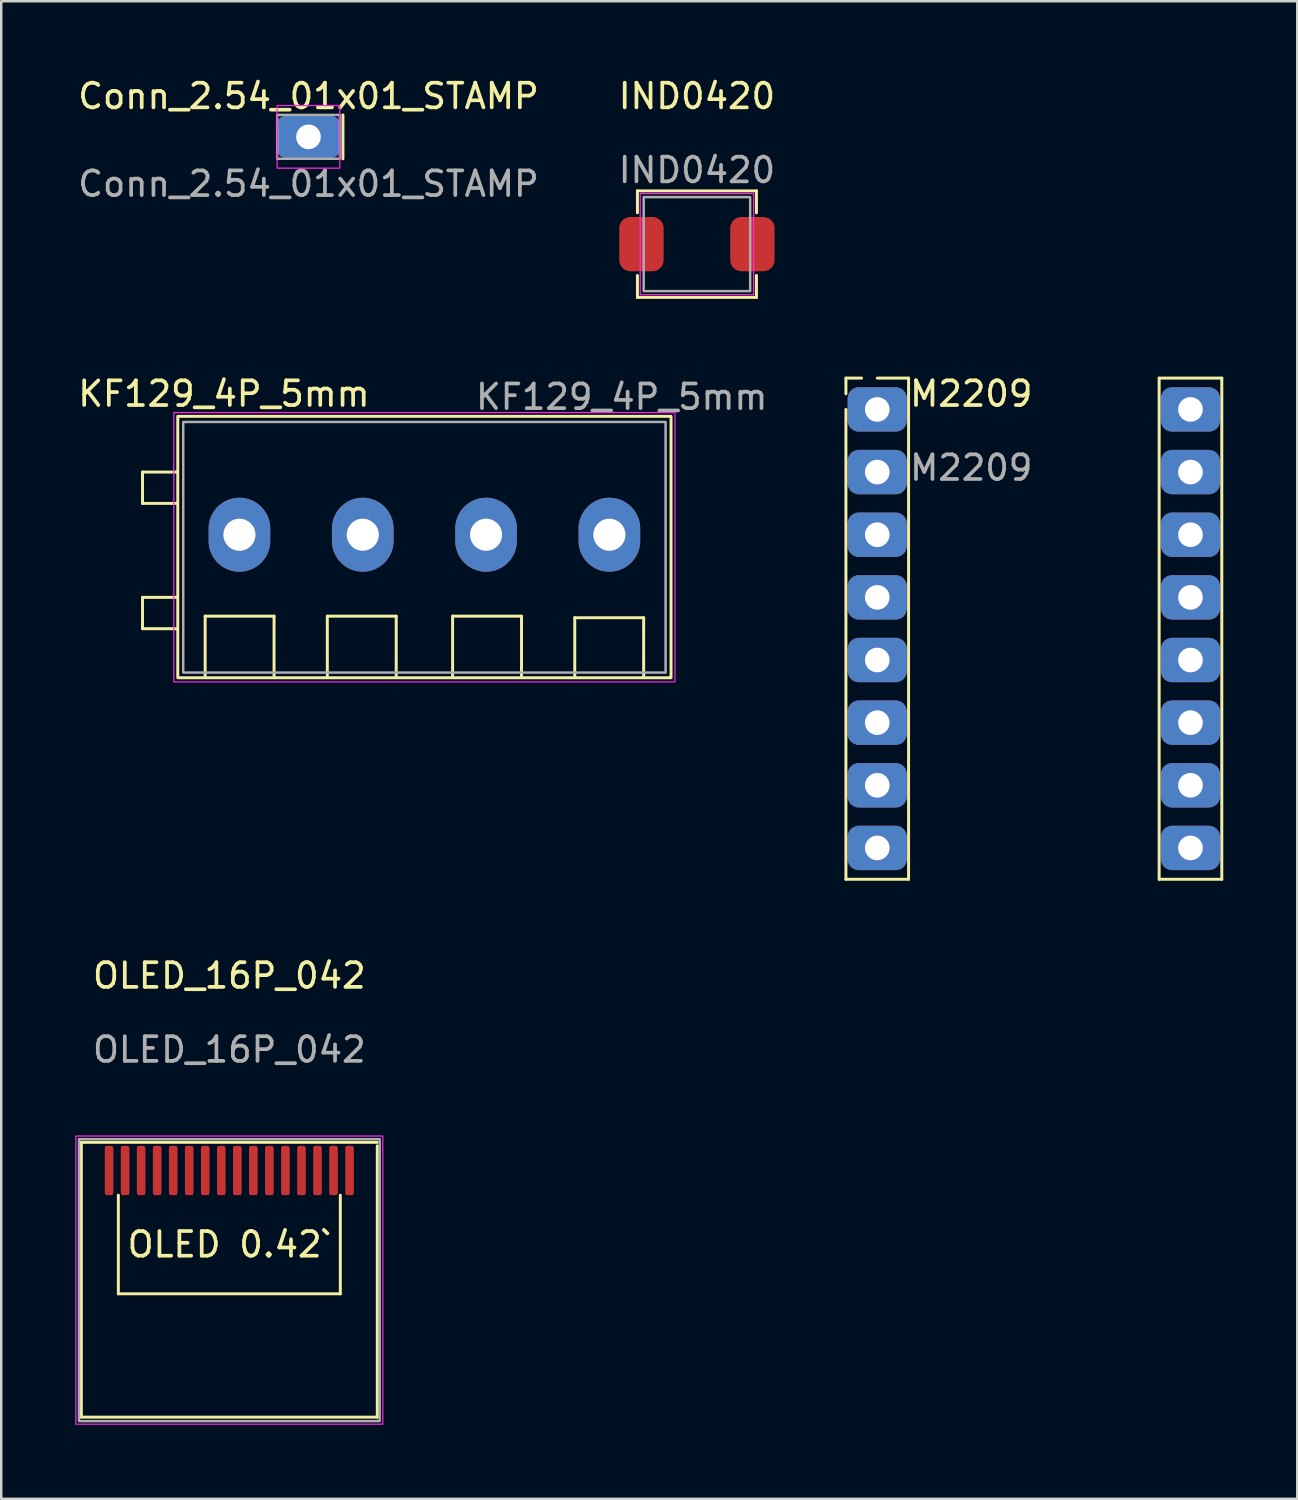
<source format=kicad_pcb>
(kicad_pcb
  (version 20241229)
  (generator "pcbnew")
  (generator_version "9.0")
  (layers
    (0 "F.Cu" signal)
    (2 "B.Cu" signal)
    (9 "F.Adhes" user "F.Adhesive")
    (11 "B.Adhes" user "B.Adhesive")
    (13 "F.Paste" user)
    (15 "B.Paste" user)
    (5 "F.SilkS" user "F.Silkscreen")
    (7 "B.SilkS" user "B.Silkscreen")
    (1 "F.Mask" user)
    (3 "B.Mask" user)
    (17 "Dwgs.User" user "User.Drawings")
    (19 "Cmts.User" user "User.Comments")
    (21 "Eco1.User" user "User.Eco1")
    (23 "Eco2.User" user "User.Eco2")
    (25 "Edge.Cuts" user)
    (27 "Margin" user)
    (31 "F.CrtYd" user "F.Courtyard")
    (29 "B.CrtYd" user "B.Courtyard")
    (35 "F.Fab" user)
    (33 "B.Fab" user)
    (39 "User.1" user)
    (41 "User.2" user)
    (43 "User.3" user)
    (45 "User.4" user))
  (footprint "IND0420"
    (layer "F.Cu")
    (at 25.208 6.848)
    (property "Reference" "IND0420" (at 0 -6 0) (unlocked yes) (layer "F.SilkS") (effects (font (size 1 1) (thickness 0.15))))
    (attr smd)
    (fp_line (start -2.413 -2.159) (end 2.413 -2.159) (stroke (width 0.12) (type solid)) (layer "F.SilkS"))
    (fp_line (start -2.413 -1.27) (end -2.413 -2.159) (stroke (width 0.12) (type solid)) (layer "F.SilkS"))
    (fp_line (start -2.413 2.159) (end -2.413 1.27) (stroke (width 0.12) (type solid)) (layer "F.SilkS"))
    (fp_line (start 2.413 -2.159) (end 2.413 -1.27) (stroke (width 0.12) (type solid)) (layer "F.SilkS"))
    (fp_line (start 2.413 1.27) (end 2.413 2.159) (stroke (width 0.12) (type solid)) (layer "F.SilkS"))
    (fp_line (start 2.413 2.159) (end -2.413 2.159) (stroke (width 0.12) (type solid)) (layer "F.SilkS"))
    (fp_rect (start -2.3 -2.05) (end 2.3 2.05) (stroke (width 0.05) (type solid)) (fill no) (layer "F.CrtYd"))
    (fp_rect (start -2.159 -1.905) (end 2.159 1.905) (stroke (width 0.1) (type solid)) (fill no) (layer "F.Fab"))
    (fp_text user "${REFERENCE}" (at 0 -3 0) (unlocked yes) (layer "F.Fab") (effects (font (size 1 1) (thickness 0.15))))
    (pad "1" smd roundrect (at -2.25 0) (size 1.8 2.2) (layers "F.Cu" "F.Mask" "F.Paste") (roundrect_rratio 0.25))
    (pad "2" smd roundrect (at 2.25 0) (size 1.8 2.2) (layers "F.Cu" "F.Mask" "F.Paste") (roundrect_rratio 0.25)))
  (footprint "KF129_4P_5mm"
    (layer "F.Cu")
    (at 14.158 18.631)
    (property "Reference" "KF129_4P_5mm" (at -8.128 -5.715 0) (unlocked yes) (layer "F.SilkS") (effects (font (size 1 1) (thickness 0.15))))
    (attr through_hole)
    (fp_line (start -11.43 -2.54) (end -11.43 -1.27) (stroke (width 0.12) (type solid)) (layer "F.SilkS"))
    (fp_line (start -11.43 -1.27) (end -10.033 -1.27) (stroke (width 0.12) (type solid)) (layer "F.SilkS"))
    (fp_line (start -11.43 2.54) (end -10.033 2.54) (stroke (width 0.12) (type solid)) (layer "F.SilkS"))
    (fp_line (start -11.43 3.81) (end -11.43 2.54) (stroke (width 0.12) (type solid)) (layer "F.SilkS"))
    (fp_line (start -10.033 -2.54) (end -11.43 -2.54) (stroke (width 0.12) (type solid)) (layer "F.SilkS"))
    (fp_line (start -10.033 3.81) (end -11.43 3.81) (stroke (width 0.12) (type solid)) (layer "F.SilkS"))
    (fp_line (start -8.89 3.302) (end -6.096 3.302) (stroke (width 0.12) (type solid)) (layer "F.SilkS"))
    (fp_line (start -8.89 5.715) (end -8.89 3.302) (stroke (width 0.12) (type solid)) (layer "F.SilkS"))
    (fp_line (start -6.096 3.302) (end -6.096 5.715) (stroke (width 0.12) (type solid)) (layer "F.SilkS"))
    (fp_line (start -3.937 3.302) (end -1.143 3.302) (stroke (width 0.12) (type solid)) (layer "F.SilkS"))
    (fp_line (start -3.937 5.715) (end -3.937 3.302) (stroke (width 0.12) (type solid)) (layer "F.SilkS"))
    (fp_line (start -1.143 3.302) (end -1.143 5.715) (stroke (width 0.12) (type solid)) (layer "F.SilkS"))
    (fp_line (start 1.143 3.302) (end 3.937 3.302) (stroke (width 0.12) (type solid)) (layer "F.SilkS"))
    (fp_line (start 1.143 5.715) (end 1.143 3.302) (stroke (width 0.12) (type solid)) (layer "F.SilkS"))
    (fp_line (start 3.937 3.302) (end 3.937 5.715) (stroke (width 0.12) (type solid)) (layer "F.SilkS"))
    (fp_line (start 6.096 3.365) (end 8.89 3.365) (stroke (width 0.12) (type solid)) (layer "F.SilkS"))
    (fp_line (start 6.096 5.779) (end 6.096 3.365) (stroke (width 0.12) (type solid)) (layer "F.SilkS"))
    (fp_line (start 8.89 3.365) (end 8.89 5.779) (stroke (width 0.12) (type solid)) (layer "F.SilkS"))
    (fp_rect (start -10 -4.8) (end 10 5.8) (stroke (width 0.12) (type solid)) (fill no) (layer "F.SilkS"))
    (fp_rect (start -10.16 -4.953) (end 10.16 5.969) (stroke (width 0.05) (type solid)) (fill no) (layer "F.CrtYd"))
    (fp_rect (start -9.779 -4.572) (end 9.779 5.588) (stroke (width 0.1) (type solid)) (fill no) (layer "F.Fab"))
    (fp_text user "${REFERENCE}" (at 8.001 -5.588 0) (unlocked yes) (layer "F.Fab") (effects (font (size 1 1) (thickness 0.15))))
    (pad "1" thru_hole oval (at -7.5 0) (size 2.5 3) (drill 1.3) (layers "*.Cu" "*.Mask"))
    (pad "2" thru_hole oval (at -2.5 0) (size 2.5 3) (drill 1.3) (layers "*.Cu" "*.Mask"))
    (pad "3" thru_hole oval (at 2.5 0) (size 2.5 3) (drill 1.3) (layers "*.Cu" "*.Mask"))
    (pad "4" thru_hole oval (at 7.5 0) (size 2.5 3) (drill 1.3) (layers "*.Cu" "*.Mask")))
  (footprint "M2209"
    (layer "F.Cu")
    (at 38.869 22.441)
    (property "Reference" "M2209" (at -2.54 -9.525 0) (unlocked yes) (layer "F.SilkS") (effects (font (size 1 1) (thickness 0.15))))
    (attr through_hole)
    (fp_line (start -7.62 -10.16) (end -7.62 -9.525) (stroke (width 0.12) (type solid)) (layer "F.SilkS"))
    (fp_line (start -7.62 -10.16) (end -6.985 -10.16) (stroke (width 0.12) (type solid)) (layer "F.SilkS"))
    (fp_line (start -7.62 -8.89) (end -7.62 10.16) (stroke (width 0.12) (type solid)) (layer "F.SilkS"))
    (fp_line (start -7.62 10.16) (end -5.08 10.16) (stroke (width 0.12) (type solid)) (layer "F.SilkS"))
    (fp_line (start -5.08 -10.16) (end -6.35 -10.16) (stroke (width 0.12) (type solid)) (layer "F.SilkS"))
    (fp_line (start -5.08 10.16) (end -5.08 -10.16) (stroke (width 0.12) (type solid)) (layer "F.SilkS"))
    (fp_line (start 5.08 -10.16) (end 5.08 10.16) (stroke (width 0.12) (type solid)) (layer "F.SilkS"))
    (fp_line (start 5.08 10.16) (end 7.62 10.16) (stroke (width 0.12) (type solid)) (layer "F.SilkS"))
    (fp_line (start 7.62 -10.16) (end 5.08 -10.16) (stroke (width 0.12) (type solid)) (layer "F.SilkS"))
    (fp_line (start 7.62 10.16) (end 7.62 -10.16) (stroke (width 0.12) (type solid)) (layer "F.SilkS"))
    (fp_text user "${REFERENCE}" (at -2.54 -6.525 0) (unlocked yes) (layer "F.Fab") (effects (font (size 1 1) (thickness 0.15))))
    (pad "1" thru_hole roundrect (at -6.35 -8.89) (size 2.4 1.8) (drill 1) (layers "*.Cu" "*.Mask") (roundrect_rratio 0.25))
    (pad "2" thru_hole roundrect (at -6.35 -6.35) (size 2.4 1.8) (drill 1) (layers "*.Cu" "*.Mask") (roundrect_rratio 0.25))
    (pad "3" thru_hole roundrect (at -6.35 -3.81) (size 2.4 1.8) (drill 1) (layers "*.Cu" "*.Mask") (roundrect_rratio 0.25))
    (pad "4" thru_hole roundrect (at -6.35 -1.27) (size 2.4 1.8) (drill 1) (layers "*.Cu" "*.Mask") (roundrect_rratio 0.25))
    (pad "5" thru_hole roundrect (at -6.35 1.27) (size 2.4 1.8) (drill 1) (layers "*.Cu" "*.Mask") (roundrect_rratio 0.25))
    (pad "6" thru_hole roundrect (at -6.35 3.81) (size 2.4 1.8) (drill 1) (layers "*.Cu" "*.Mask") (roundrect_rratio 0.25))
    (pad "7" thru_hole roundrect (at -6.35 6.35) (size 2.4 1.8) (drill 1) (layers "*.Cu" "*.Mask") (roundrect_rratio 0.25))
    (pad "8" thru_hole roundrect (at -6.35 8.89) (size 2.4 1.8) (drill 1) (layers "*.Cu" "*.Mask") (roundrect_rratio 0.25))
    (pad "9" thru_hole roundrect (at 6.35 8.89) (size 2.4 1.8) (drill 1) (layers "*.Cu" "*.Mask") (roundrect_rratio 0.25))
    (pad "10" thru_hole roundrect (at 6.35 6.35) (size 2.4 1.8) (drill 1) (layers "*.Cu" "*.Mask") (roundrect_rratio 0.25))
    (pad "11" thru_hole roundrect (at 6.35 3.81) (size 2.4 1.8) (drill 1) (layers "*.Cu" "*.Mask") (roundrect_rratio 0.25))
    (pad "12" thru_hole roundrect (at 6.35 1.27) (size 2.4 1.8) (drill 1) (layers "*.Cu" "*.Mask") (roundrect_rratio 0.25))
    (pad "13" thru_hole roundrect (at 6.35 -1.27) (size 2.4 1.8) (drill 1) (layers "*.Cu" "*.Mask") (roundrect_rratio 0.25))
    (pad "14" thru_hole roundrect (at 6.35 -3.81) (size 2.4 1.8) (drill 1) (layers "*.Cu" "*.Mask") (roundrect_rratio 0.25))
    (pad "15" thru_hole roundrect (at 6.35 -6.35) (size 2.4 1.8) (drill 1) (layers "*.Cu" "*.Mask") (roundrect_rratio 0.25))
    (pad "16" thru_hole roundrect (at 6.35 -8.89) (size 2.4 1.8) (drill 1) (layers "*.Cu" "*.Mask") (roundrect_rratio 0.25)))
  (footprint "OLED_16P_042"
    (layer "F.Cu")
    (at 6.248 44.409)
    (property "Reference" "OLED_16P_042" (at 0 -7.9 0) (unlocked yes) (layer "F.SilkS") (effects (font (size 1 1) (thickness 0.15))))
    (attr smd)
    (fp_line (start -6 -1.143) (end 6 -1.143) (stroke (width 0.12) (type solid)) (layer "F.SilkS"))
    (fp_line (start -6 10) (end -6 -1.143) (stroke (width 0.12) (type solid)) (layer "F.SilkS"))
    (fp_line (start -4.5 1) (end -4.5 5) (stroke (width 0.12) (type solid)) (layer "F.SilkS"))
    (fp_line (start -4.5 5) (end 4.5 5) (stroke (width 0.12) (type solid)) (layer "F.SilkS"))
    (fp_line (start 4.5 5) (end 4.5 1) (stroke (width 0.12) (type solid)) (layer "F.SilkS"))
    (fp_line (start 6 -1) (end 6 10) (stroke (width 0.12) (type solid)) (layer "F.SilkS"))
    (fp_line (start 6 10) (end -6 10) (stroke (width 0.12) (type solid)) (layer "F.SilkS"))
    (fp_rect (start -6.223 -1.397) (end 6.223 10.287) (stroke (width 0.05) (type solid)) (fill no) (layer "F.CrtYd"))
    (fp_rect (start -6.096 -1.27) (end 6.096 10.16) (stroke (width 0.1) (type solid)) (fill no) (layer "F.Fab"))
    (fp_text user "OLED 0.42`" (at 0 3 0) (unlocked yes) (layer "F.SilkS") (effects (font (size 1 1) (thickness 0.15))))
    (fp_text user "${REFERENCE}" (at 0 -4.9 0) (unlocked yes) (layer "F.Fab") (effects (font (size 1 1) (thickness 0.15))))
    (pad "1" smd roundrect (at -4.875 0) (size 0.35 2) (layers "F.Cu" "F.Mask" "F.Paste") (roundrect_rratio 0.25))
    (pad "2" smd roundrect (at -4.225 0) (size 0.35 2) (layers "F.Cu" "F.Mask" "F.Paste") (roundrect_rratio 0.25))
    (pad "3" smd roundrect (at -3.575 0) (size 0.35 2) (layers "F.Cu" "F.Mask" "F.Paste") (roundrect_rratio 0.25))
    (pad "4" smd roundrect (at -2.925 0) (size 0.35 2) (layers "F.Cu" "F.Mask" "F.Paste") (roundrect_rratio 0.25))
    (pad "5" smd roundrect (at -2.275 0) (size 0.35 2) (layers "F.Cu" "F.Mask" "F.Paste") (roundrect_rratio 0.25))
    (pad "6" smd roundrect (at -1.625 0) (size 0.35 2) (layers "F.Cu" "F.Mask" "F.Paste") (roundrect_rratio 0.25))
    (pad "7" smd roundrect (at -0.975 0) (size 0.35 2) (layers "F.Cu" "F.Mask" "F.Paste") (roundrect_rratio 0.25))
    (pad "8" smd roundrect (at -0.325 0) (size 0.35 2) (layers "F.Cu" "F.Mask" "F.Paste") (roundrect_rratio 0.25))
    (pad "9" smd roundrect (at 0.325 0) (size 0.35 2) (layers "F.Cu" "F.Mask" "F.Paste") (roundrect_rratio 0.25))
    (pad "10" smd roundrect (at 0.975 0) (size 0.35 2) (layers "F.Cu" "F.Mask" "F.Paste") (roundrect_rratio 0.25))
    (pad "11" smd roundrect (at 1.625 0) (size 0.35 2) (layers "F.Cu" "F.Mask" "F.Paste") (roundrect_rratio 0.25))
    (pad "12" smd roundrect (at 2.275 0) (size 0.35 2) (layers "F.Cu" "F.Mask" "F.Paste") (roundrect_rratio 0.25))
    (pad "13" smd roundrect (at 2.925 0) (size 0.35 2) (layers "F.Cu" "F.Mask" "F.Paste") (roundrect_rratio 0.25))
    (pad "14" smd roundrect (at 3.575 0) (size 0.35 2) (layers "F.Cu" "F.Mask" "F.Paste") (roundrect_rratio 0.25))
    (pad "15" smd roundrect (at 4.225 0) (size 0.35 2) (layers "F.Cu" "F.Mask" "F.Paste") (roundrect_rratio 0.25))
    (pad "16" smd roundrect (at 4.875 0) (size 0.35 2) (layers "F.Cu" "F.Mask" "F.Paste") (roundrect_rratio 0.25)))
  (footprint "Conn_2.54_01x01_STAMP"
    (layer "F.Cu")
    (at 9.458 2.499)
    (property "Reference" "Conn_2.54_01x01_STAMP" (at 0 -1.651 0) (unlocked yes) (layer "F.SilkS") (effects (font (size 1 1) (thickness 0.15))))
    (attr through_hole)
    (fp_line (start 1.397 -0.889) (end 1.397 0.889) (stroke (width 0.12) (type solid)) (layer "F.SilkS"))
    (fp_rect (start -1.27 -1.27) (end 1.27 1.27) (stroke (width 0.05) (type solid)) (fill no) (layer "F.CrtYd"))
    (fp_line (start -1.27 -0.889) (end -1.27 0.889) (stroke (width 0.1) (type solid)) (layer "F.Fab"))
    (fp_line (start -1.27 -0.889) (end 1.27 -0.889) (stroke (width 0.1) (type solid)) (layer "F.Fab"))
    (fp_line (start 1.27 -0.889) (end 1.27 0.889) (stroke (width 0.1) (type solid)) (layer "F.Fab"))
    (fp_line (start 1.27 0.889) (end -1.27 0.889) (stroke (width 0.1) (type solid)) (layer "F.Fab"))
    (fp_text user "${REFERENCE}" (at 0 1.905 0) (unlocked yes) (layer "F.Fab") (effects (font (size 1 1) (thickness 0.15))))
    (pad "1" thru_hole roundrect (at 0 0) (size 2.54 1.7) (drill 1) (layers "*.Cu" "*.Mask") (roundrect_rratio 0.2)))
  (gr_rect
    (start -3 -3)
    (end 49.549 57.721)
    (stroke (width 0.1) (type default))
    (fill no)
    (layer "Edge.Cuts")))
</source>
